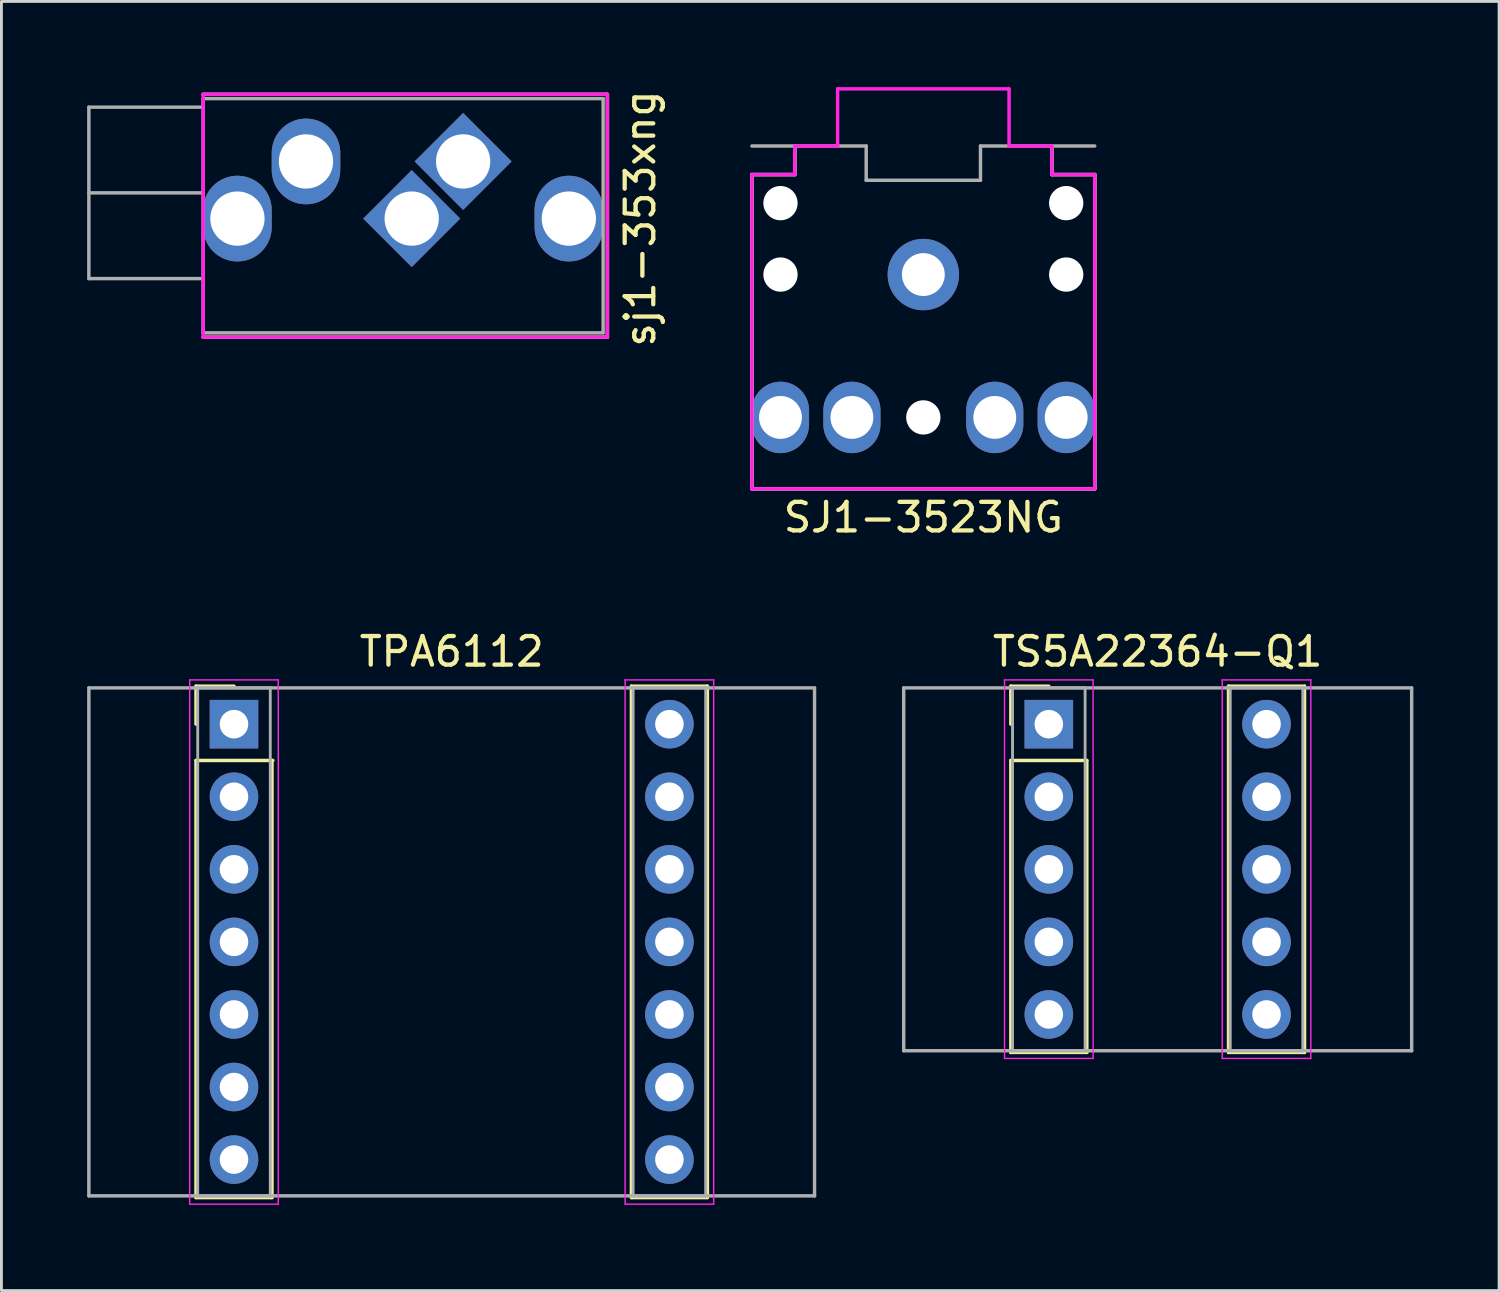
<source format=kicad_pcb>
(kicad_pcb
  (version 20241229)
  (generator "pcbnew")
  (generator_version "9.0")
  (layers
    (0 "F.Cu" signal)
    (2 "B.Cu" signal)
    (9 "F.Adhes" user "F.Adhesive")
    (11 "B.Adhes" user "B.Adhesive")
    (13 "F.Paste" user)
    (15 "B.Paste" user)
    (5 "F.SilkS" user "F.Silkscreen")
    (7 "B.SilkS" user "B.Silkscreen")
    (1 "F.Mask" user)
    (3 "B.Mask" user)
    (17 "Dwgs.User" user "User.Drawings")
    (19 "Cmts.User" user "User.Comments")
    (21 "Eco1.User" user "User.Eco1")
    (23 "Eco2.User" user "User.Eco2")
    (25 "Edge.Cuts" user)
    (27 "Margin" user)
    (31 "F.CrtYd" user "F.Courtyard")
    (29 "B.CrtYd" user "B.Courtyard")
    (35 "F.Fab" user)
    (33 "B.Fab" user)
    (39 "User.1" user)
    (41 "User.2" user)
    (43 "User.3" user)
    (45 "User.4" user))
  (footprint "TS5A22364-Q1"
    (layer "F.Cu")
    (at 37.47 22.297)
    (property "Reference" "TS5A22364-Q1" (at 0 -2.54 0) (layer "F.SilkS") (effects (font (size 1 1) (thickness 0.15))))
    (attr through_hole)
    (fp_line (start -5.14 -1.33) (end -3.81 -1.33) (stroke (width 0.12) (type solid)) (layer "F.SilkS"))
    (fp_line (start -5.14 0) (end -5.14 -1.33) (stroke (width 0.12) (type solid)) (layer "F.SilkS"))
    (fp_line (start -5.14 1.27) (end -5.14 11.49) (stroke (width 0.12) (type solid)) (layer "F.SilkS"))
    (fp_line (start -5.14 11.49) (end -2.48 11.49) (stroke (width 0.12) (type solid)) (layer "F.SilkS"))
    (fp_line (start -2.48 1.27) (end -5.14 1.27) (stroke (width 0.12) (type solid)) (layer "F.SilkS"))
    (fp_line (start -2.48 11.49) (end -2.48 1.27) (stroke (width 0.12) (type solid)) (layer "F.SilkS"))
    (fp_line (start 2.48 -1.33) (end 2.48 11.49) (stroke (width 0.12) (type solid)) (layer "F.SilkS"))
    (fp_line (start 2.48 11.49) (end 5.14 11.49) (stroke (width 0.12) (type solid)) (layer "F.SilkS"))
    (fp_line (start 5.14 -1.33) (end 2.48 -1.33) (stroke (width 0.12) (type solid)) (layer "F.SilkS"))
    (fp_line (start 5.14 11.49) (end 5.14 -1.33) (stroke (width 0.12) (type solid)) (layer "F.SilkS"))
    (fp_line (start -5.36 -1.55) (end -5.36 11.7) (stroke (width 0.05) (type solid)) (layer "F.CrtYd"))
    (fp_line (start -5.36 11.7) (end -2.26 11.7) (stroke (width 0.05) (type solid)) (layer "F.CrtYd"))
    (fp_line (start -2.26 -1.55) (end -5.36 -1.55) (stroke (width 0.05) (type solid)) (layer "F.CrtYd"))
    (fp_line (start -2.26 11.7) (end -2.26 -1.55) (stroke (width 0.05) (type solid)) (layer "F.CrtYd"))
    (fp_line (start 2.26 -1.55) (end 2.26 11.7) (stroke (width 0.05) (type solid)) (layer "F.CrtYd"))
    (fp_line (start 2.26 11.7) (end 5.36 11.7) (stroke (width 0.05) (type solid)) (layer "F.CrtYd"))
    (fp_line (start 5.36 -1.55) (end 2.26 -1.55) (stroke (width 0.05) (type solid)) (layer "F.CrtYd"))
    (fp_line (start 5.36 11.7) (end 5.36 -1.55) (stroke (width 0.05) (type solid)) (layer "F.CrtYd"))
    (fp_line (start -8.89 -1.27) (end 8.89 -1.27) (stroke (width 0.12) (type solid)) (layer "F.Fab"))
    (fp_line (start -8.89 11.43) (end -8.89 -1.27) (stroke (width 0.12) (type solid)) (layer "F.Fab"))
    (fp_line (start -5.08 -1.27) (end -5.08 11.43) (stroke (width 0.1) (type solid)) (layer "F.Fab"))
    (fp_line (start -5.08 11.43) (end -2.54 11.43) (stroke (width 0.1) (type solid)) (layer "F.Fab"))
    (fp_line (start -2.54 -1.27) (end -5.08 -1.27) (stroke (width 0.1) (type solid)) (layer "F.Fab"))
    (fp_line (start -2.54 11.43) (end -2.54 -1.27) (stroke (width 0.1) (type solid)) (layer "F.Fab"))
    (fp_line (start 2.54 -1.27) (end 2.54 11.43) (stroke (width 0.1) (type solid)) (layer "F.Fab"))
    (fp_line (start 2.54 11.43) (end 5.08 11.43) (stroke (width 0.1) (type solid)) (layer "F.Fab"))
    (fp_line (start 5.08 -1.27) (end 2.54 -1.27) (stroke (width 0.1) (type solid)) (layer "F.Fab"))
    (fp_line (start 5.08 11.43) (end 5.08 -1.27) (stroke (width 0.1) (type solid)) (layer "F.Fab"))
    (fp_line (start 8.89 -1.27) (end 8.89 11.43) (stroke (width 0.12) (type solid)) (layer "F.Fab"))
    (fp_line (start 8.89 11.43) (end -8.89 11.43) (stroke (width 0.12) (type solid)) (layer "F.Fab"))
    (pad "1" thru_hole rect (at -3.81 0) (size 1.7 1.7) (drill 1) (layers "*.Cu" "*.Mask"))
    (pad "2" thru_hole oval (at -3.81 2.54) (size 1.7 1.7) (drill 1) (layers "*.Cu" "*.Mask"))
    (pad "3" thru_hole oval (at -3.81 5.08) (size 1.7 1.7) (drill 1) (layers "*.Cu" "*.Mask"))
    (pad "4" thru_hole oval (at -3.81 7.62) (size 1.7 1.7) (drill 1) (layers "*.Cu" "*.Mask"))
    (pad "5" thru_hole oval (at -3.81 10.16) (size 1.7 1.7) (drill 1) (layers "*.Cu" "*.Mask"))
    (pad "6" thru_hole oval (at 3.81 10.16) (size 1.7 1.7) (drill 1) (layers "*.Cu" "*.Mask"))
    (pad "7" thru_hole oval (at 3.81 7.62) (size 1.7 1.7) (drill 1) (layers "*.Cu" "*.Mask"))
    (pad "8" thru_hole oval (at 3.81 5.08) (size 1.7 1.7) (drill 1) (layers "*.Cu" "*.Mask"))
    (pad "9" thru_hole oval (at 3.81 2.54) (size 1.7 1.7) (drill 1) (layers "*.Cu" "*.Mask"))
    (pad "10" thru_hole circle (at 3.81 0) (size 1.7 1.7) (drill 1) (layers "*.Cu" "*.Mask")))
  (footprint "SJ1-3523NG"
    (layer "F.Cu")
    (at 29.268 6.56)
    (property "Reference" "SJ1-3523NG" (at 0 8.5 0) (layer "F.SilkS") (effects (font (size 1 1) (thickness 0.15))))
    (attr through_hole)
    (fp_line (start -6 -3.5) (end -6 7.5) (stroke (width 0.12) (type solid)) (layer "F.SilkS"))
    (fp_line (start -6 -3.5) (end -4.5 -3.5) (stroke (width 0.12) (type solid)) (layer "F.SilkS"))
    (fp_line (start -6 7.5) (end 6 7.5) (stroke (width 0.12) (type solid)) (layer "F.SilkS"))
    (fp_line (start -4.5 -3.5) (end -4.5 -4.5) (stroke (width 0.12) (type solid)) (layer "F.SilkS"))
    (fp_line (start 4.5 -3.5) (end 4.5 -4.5) (stroke (width 0.12) (type solid)) (layer "F.SilkS"))
    (fp_line (start 6 -3.5) (end 4.5 -3.5) (stroke (width 0.12) (type solid)) (layer "F.SilkS"))
    (fp_line (start 6 7.5) (end 6 -3.5) (stroke (width 0.12) (type solid)) (layer "F.SilkS"))
    (fp_line (start -6 -3.5) (end -4.5 -3.5) (stroke (width 0.12) (type solid)) (layer "F.CrtYd"))
    (fp_line (start -6 7.5) (end -6 -3.5) (stroke (width 0.12) (type solid)) (layer "F.CrtYd"))
    (fp_line (start -4.5 -4.5) (end -3 -4.5) (stroke (width 0.12) (type solid)) (layer "F.CrtYd"))
    (fp_line (start -4.5 -3.5) (end -4.5 -4.5) (stroke (width 0.12) (type solid)) (layer "F.CrtYd"))
    (fp_line (start -3 -6.5) (end 3 -6.5) (stroke (width 0.12) (type solid)) (layer "F.CrtYd"))
    (fp_line (start -3 -4.5) (end -3 -6.5) (stroke (width 0.12) (type solid)) (layer "F.CrtYd"))
    (fp_line (start 3 -6.5) (end 3 -4.5) (stroke (width 0.12) (type solid)) (layer "F.CrtYd"))
    (fp_line (start 3 -4.5) (end 4.5 -4.5) (stroke (width 0.12) (type solid)) (layer "F.CrtYd"))
    (fp_line (start 4.5 -4.5) (end 4.5 -3.5) (stroke (width 0.12) (type solid)) (layer "F.CrtYd"))
    (fp_line (start 4.5 -3.5) (end 6 -3.5) (stroke (width 0.12) (type solid)) (layer "F.CrtYd"))
    (fp_line (start 6 -3.5) (end 6 7.5) (stroke (width 0.12) (type solid)) (layer "F.CrtYd"))
    (fp_line (start 6 7.5) (end -6 7.5) (stroke (width 0.12) (type solid)) (layer "F.CrtYd"))
    (fp_line (start -6 -3.5) (end -4.5 -3.5) (stroke (width 0.12) (type solid)) (layer "F.Fab"))
    (fp_line (start -6 7.5) (end -6 -3.5) (stroke (width 0.12) (type solid)) (layer "F.Fab"))
    (fp_line (start -4.5 -3.5) (end -4.5 -4.5) (stroke (width 0.12) (type solid)) (layer "F.Fab"))
    (fp_line (start -2 -4.5) (end -6 -4.5) (stroke (width 0.12) (type solid)) (layer "F.Fab"))
    (fp_line (start -2 -3.3) (end -2 -4.5) (stroke (width 0.12) (type solid)) (layer "F.Fab"))
    (fp_line (start 2 -4.5) (end 2 -3.3) (stroke (width 0.12) (type solid)) (layer "F.Fab"))
    (fp_line (start 2 -4.5) (end 6 -4.5) (stroke (width 0.12) (type solid)) (layer "F.Fab"))
    (fp_line (start 2 -3.3) (end -2 -3.3) (stroke (width 0.12) (type solid)) (layer "F.Fab"))
    (fp_line (start 4.5 -4.5) (end 4.5 -3.5) (stroke (width 0.12) (type solid)) (layer "F.Fab"))
    (fp_line (start 4.5 -3.5) (end 6 -3.5) (stroke (width 0.12) (type solid)) (layer "F.Fab"))
    (fp_line (start 6 -3.5) (end 6 7.5) (stroke (width 0.12) (type solid)) (layer "F.Fab"))
    (fp_line (start 6 7.5) (end -6 7.5) (stroke (width 0.12) (type solid)) (layer "F.Fab"))
    (pad "" np_thru_hole circle (at -5 -2.5) (size 1.2 1.2) (drill 1.2) (layers "*.Cu" "*.Mask"))
    (pad "" np_thru_hole circle (at -5 0) (size 1.2 1.2) (drill 1.2) (layers "*.Cu" "*.Mask"))
    (pad "" np_thru_hole circle (at 0 5) (size 1.2 1.2) (drill 1.2) (layers "*.Cu" "*.Mask"))
    (pad "" np_thru_hole circle (at 5 -2.5) (size 1.2 1.2) (drill 1.2) (layers "*.Cu" "*.Mask"))
    (pad "" np_thru_hole circle (at 5 0) (size 1.2 1.2) (drill 1.2) (layers "*.Cu" "*.Mask"))
    (pad "1" thru_hole circle (at 0 0) (size 2.5 2.5) (drill 1.5) (layers "*.Cu" "*.Mask"))
    (pad "2" thru_hole oval (at -5 5 90) (size 2.5 2) (drill 1.5) (layers "*.Cu" "*.Mask"))
    (pad "3" thru_hole oval (at 5 5 90) (size 2.5 2) (drill 1.5) (layers "*.Cu" "*.Mask"))
    (pad "4" thru_hole oval (at -2.5 5 90) (size 2.5 2) (drill 1.5) (layers "*.Cu" "*.Mask"))
    (pad "5" thru_hole oval (at 2.5 5 90) (size 2.5 2) (drill 1.5) (layers "*.Cu" "*.Mask")))
  (footprint "sj1-353xng"
    (layer "F.Cu")
    (at 5.26 4.601)
    (property "Reference" "sj1-353xng" (at 14.1 0 90) (layer "F.SilkS") (effects (font (size 1 1) (thickness 0.15))))
    (attr through_hole)
    (fp_line (start -1.2 -4.35) (end 12.95 -4.35) (stroke (width 0.12) (type solid)) (layer "F.SilkS"))
    (fp_line (start 12.95 -4.35) (end 12.95 4.15) (stroke (width 0.12) (type solid)) (layer "F.SilkS"))
    (fp_line (start 12.95 4.15) (end -1.2 4.15) (stroke (width 0.12) (type solid)) (layer "F.SilkS"))
    (fp_line (start -1.2 -4.35) (end 12.95 -4.35) (stroke (width 0.12) (type solid)) (layer "F.CrtYd"))
    (fp_line (start -1.2 4.15) (end -1.2 -4.35) (stroke (width 0.12) (type solid)) (layer "F.CrtYd"))
    (fp_line (start 12.95 -4.35) (end 12.95 4.15) (stroke (width 0.12) (type solid)) (layer "F.CrtYd"))
    (fp_line (start 12.95 4.15) (end -1.2 4.15) (stroke (width 0.12) (type solid)) (layer "F.CrtYd"))
    (fp_line (start -5.2 -3.9) (end -5.2 2.1) (stroke (width 0.12) (type solid)) (layer "F.Fab"))
    (fp_line (start -1.3 2.1) (end -5.2 2.1) (stroke (width 0.12) (type solid)) (layer "F.Fab"))
    (fp_line (start -1.2 -4.2) (end -1.2 4) (stroke (width 0.12) (type solid)) (layer "F.Fab"))
    (fp_line (start -1.2 -3.9) (end -5.2 -3.9) (stroke (width 0.12) (type solid)) (layer "F.Fab"))
    (fp_line (start -1.2 -0.9) (end -5.2 -0.9) (stroke (width 0.12) (type solid)) (layer "F.Fab"))
    (fp_line (start -1.2 4) (end 12.8 4) (stroke (width 0.12) (type solid)) (layer "F.Fab"))
    (fp_line (start 12.8 -4.2) (end -1.2 -4.2) (stroke (width 0.12) (type solid)) (layer "F.Fab"))
    (fp_line (start 12.8 -4.2) (end 12.8 4) (stroke (width 0.12) (type solid)) (layer "F.Fab"))
    (pad "1" thru_hole oval (at 0 0) (size 2.4 3) (drill 1.9) (layers "*.Cu" "*.Mask"))
    (pad "2" thru_hole oval (at 2.4 -2) (size 2.4 3) (drill 1.9) (layers "*.Cu" "*.Mask"))
    (pad "3" thru_hole rect (at 7.9 -2 45) (size 2.4 2.4) (drill 1.9) (layers "*.Cu" "*.Mask"))
    (pad "4" thru_hole oval (at 11.6 0) (size 2.4 3) (drill 1.9) (layers "*.Cu" "*.Mask"))
    (pad "5" thru_hole rect (at 6.1 0 45) (size 2.4 2.4) (drill 1.9) (layers "*.Cu" "*.Mask")))
  (footprint "TPA6112"
    (layer "F.Cu")
    (at 12.76 22.297)
    (property "Reference" "TPA6112" (at 0 -2.54 0) (layer "F.SilkS") (effects (font (size 1 1) (thickness 0.15))))
    (attr through_hole)
    (fp_line (start -8.95 -1.33) (end -7.62 -1.33) (stroke (width 0.12) (type solid)) (layer "F.SilkS"))
    (fp_line (start -8.95 0) (end -8.95 -1.33) (stroke (width 0.12) (type solid)) (layer "F.SilkS"))
    (fp_line (start -8.95 1.27) (end -8.95 16.57) (stroke (width 0.12) (type solid)) (layer "F.SilkS"))
    (fp_line (start -8.95 16.57) (end -6.29 16.57) (stroke (width 0.12) (type solid)) (layer "F.SilkS"))
    (fp_line (start -6.29 16.57) (end -6.29 1.27) (stroke (width 0.12) (type solid)) (layer "F.SilkS"))
    (fp_line (start -6.26 1.27) (end -8.95 1.27) (stroke (width 0.12) (type solid)) (layer "F.SilkS"))
    (fp_line (start 6.29 -1.33) (end 6.29 16.57) (stroke (width 0.12) (type solid)) (layer "F.SilkS"))
    (fp_line (start 6.29 16.57) (end 8.95 16.57) (stroke (width 0.12) (type solid)) (layer "F.SilkS"))
    (fp_line (start 8.95 -1.33) (end 6.29 -1.33) (stroke (width 0.12) (type solid)) (layer "F.SilkS"))
    (fp_line (start 8.95 16.57) (end 8.95 -1.33) (stroke (width 0.12) (type solid)) (layer "F.SilkS"))
    (fp_line (start -9.17 -1.55) (end -9.17 16.8) (stroke (width 0.05) (type solid)) (layer "F.CrtYd"))
    (fp_line (start -9.17 16.8) (end -6.07 16.8) (stroke (width 0.05) (type solid)) (layer "F.CrtYd"))
    (fp_line (start -6.07 -1.55) (end -9.17 -1.55) (stroke (width 0.05) (type solid)) (layer "F.CrtYd"))
    (fp_line (start -6.07 16.8) (end -6.07 -1.55) (stroke (width 0.05) (type solid)) (layer "F.CrtYd"))
    (fp_line (start 6.07 -1.55) (end 6.07 16.8) (stroke (width 0.05) (type solid)) (layer "F.CrtYd"))
    (fp_line (start 6.07 16.8) (end 9.17 16.8) (stroke (width 0.05) (type solid)) (layer "F.CrtYd"))
    (fp_line (start 9.17 -1.55) (end 6.07 -1.55) (stroke (width 0.05) (type solid)) (layer "F.CrtYd"))
    (fp_line (start 9.17 16.8) (end 9.17 -1.55) (stroke (width 0.05) (type solid)) (layer "F.CrtYd"))
    (fp_line (start -12.7 -1.27) (end -12.7 16.51) (stroke (width 0.12) (type solid)) (layer "F.Fab"))
    (fp_line (start -12.7 16.51) (end 12.7 16.51) (stroke (width 0.12) (type solid)) (layer "F.Fab"))
    (fp_line (start -8.89 -1.27) (end -8.89 16.51) (stroke (width 0.1) (type solid)) (layer "F.Fab"))
    (fp_line (start -8.89 16.51) (end -6.35 16.51) (stroke (width 0.1) (type solid)) (layer "F.Fab"))
    (fp_line (start -6.35 -1.27) (end -8.89 -1.27) (stroke (width 0.1) (type solid)) (layer "F.Fab"))
    (fp_line (start -6.35 16.51) (end -6.35 -1.27) (stroke (width 0.1) (type solid)) (layer "F.Fab"))
    (fp_line (start 6.35 -1.27) (end 6.35 16.51) (stroke (width 0.1) (type solid)) (layer "F.Fab"))
    (fp_line (start 6.35 16.51) (end 8.89 16.51) (stroke (width 0.1) (type solid)) (layer "F.Fab"))
    (fp_line (start 8.89 -1.27) (end 6.35 -1.27) (stroke (width 0.1) (type solid)) (layer "F.Fab"))
    (fp_line (start 8.89 16.51) (end 8.89 -1.27) (stroke (width 0.1) (type solid)) (layer "F.Fab"))
    (fp_line (start 12.7 -1.27) (end -12.7 -1.27) (stroke (width 0.12) (type solid)) (layer "F.Fab"))
    (fp_line (start 12.7 16.51) (end 12.7 -1.27) (stroke (width 0.12) (type solid)) (layer "F.Fab"))
    (pad "1" thru_hole rect (at -7.62 0) (size 1.7 1.7) (drill 1) (layers "*.Cu" "*.Mask"))
    (pad "2" thru_hole oval (at -7.62 2.54) (size 1.7 1.7) (drill 1) (layers "*.Cu" "*.Mask"))
    (pad "3" thru_hole oval (at -7.62 5.08) (size 1.7 1.7) (drill 1) (layers "*.Cu" "*.Mask"))
    (pad "4" thru_hole oval (at -7.62 7.62) (size 1.7 1.7) (drill 1) (layers "*.Cu" "*.Mask"))
    (pad "5" thru_hole oval (at -7.62 10.16) (size 1.7 1.7) (drill 1) (layers "*.Cu" "*.Mask"))
    (pad "6" thru_hole oval (at -7.62 12.7) (size 1.7 1.7) (drill 1) (layers "*.Cu" "*.Mask"))
    (pad "7" thru_hole oval (at -7.62 15.24) (size 1.7 1.7) (drill 1) (layers "*.Cu" "*.Mask"))
    (pad "8" thru_hole oval (at 7.62 15.24) (size 1.7 1.7) (drill 1) (layers "*.Cu" "*.Mask"))
    (pad "9" thru_hole oval (at 7.62 12.7) (size 1.7 1.7) (drill 1) (layers "*.Cu" "*.Mask"))
    (pad "10" thru_hole oval (at 7.62 10.16) (size 1.7 1.7) (drill 1) (layers "*.Cu" "*.Mask"))
    (pad "11" thru_hole oval (at 7.62 7.62) (size 1.7 1.7) (drill 1) (layers "*.Cu" "*.Mask"))
    (pad "12" thru_hole oval (at 7.62 5.08) (size 1.7 1.7) (drill 1) (layers "*.Cu" "*.Mask"))
    (pad "13" thru_hole oval (at 7.62 2.54) (size 1.7 1.7) (drill 1) (layers "*.Cu" "*.Mask"))
    (pad "14" thru_hole circle (at 7.62 0) (size 1.7 1.7) (drill 1) (layers "*.Cu" "*.Mask")))
  (gr_rect
    (start -3 -3)
    (end 49.42 42.121)
    (stroke (width 0.1) (type default))
    (fill no)
    (layer "Edge.Cuts")))
</source>
